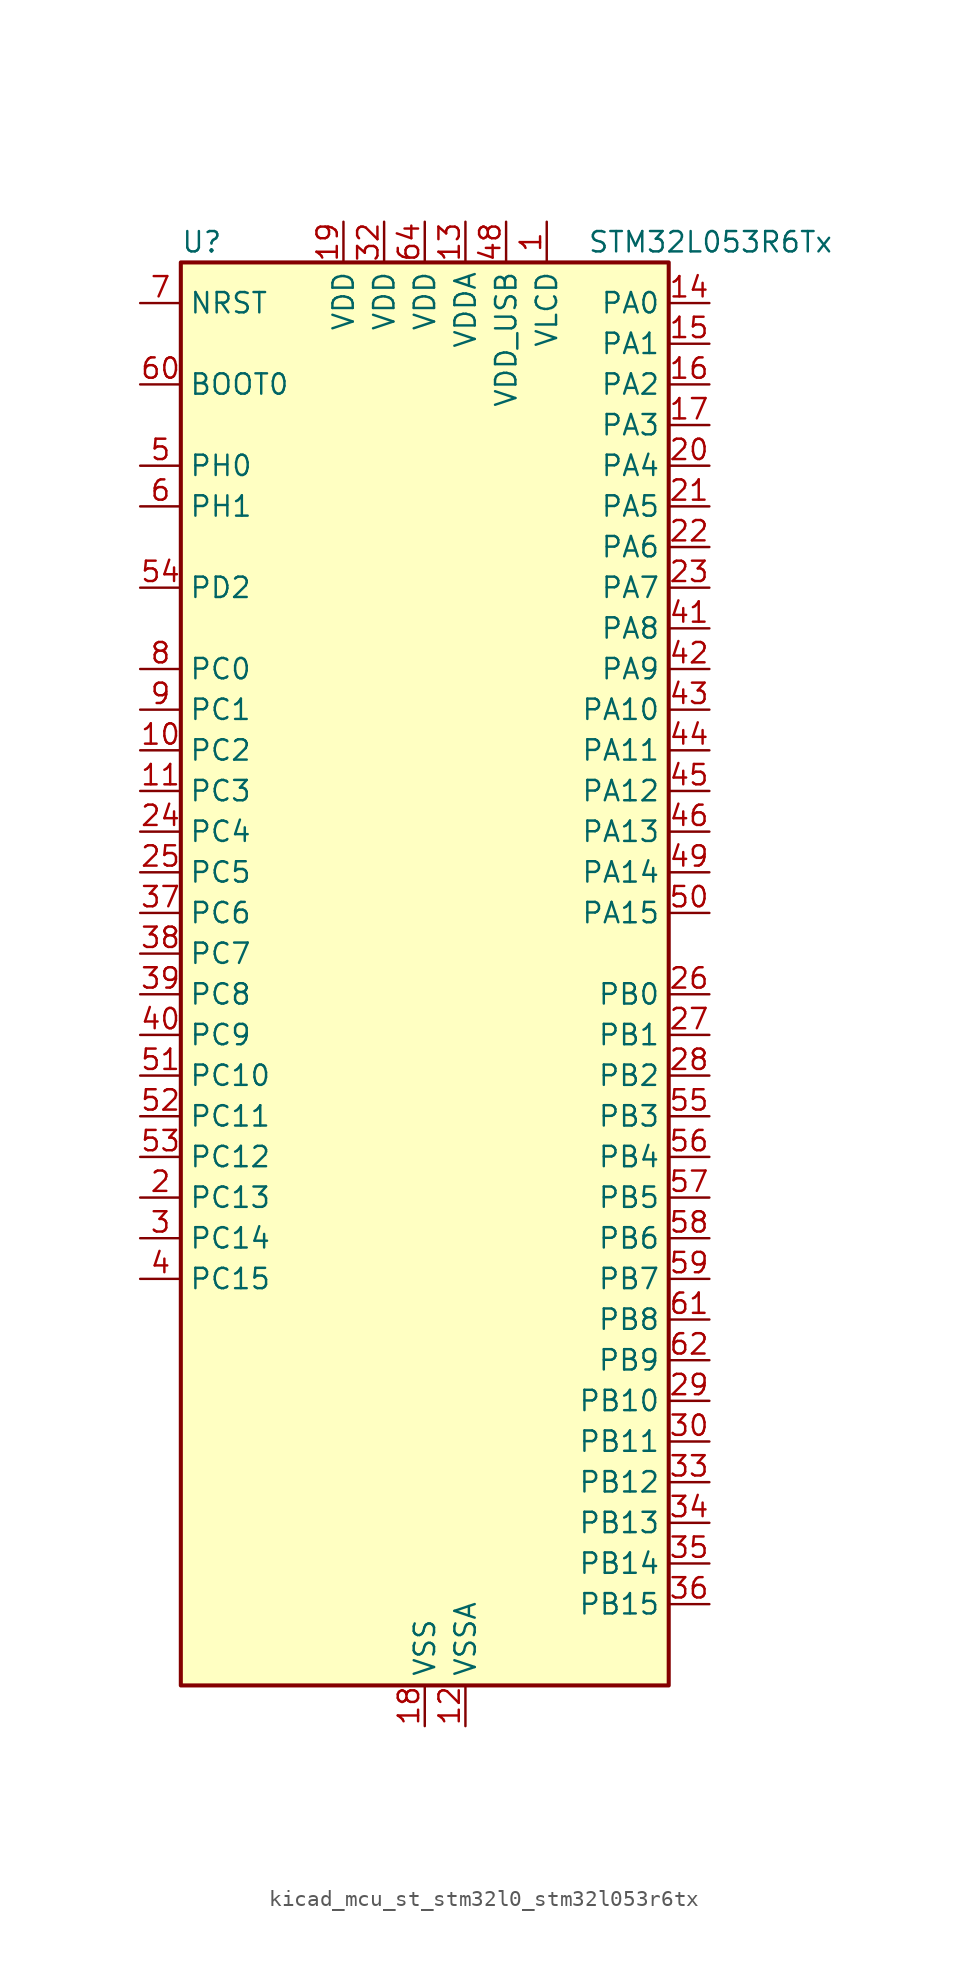
<source format=kicad_sym>
(kicad_symbol_lib
  (version 20220914)
  (generator kicad_symbol_editor)
  (symbol "kicad_mcu_st_stm32l0_stm32l053r6tx"
    (property "Reference" "U"
      (at -15.24 46.99 0)
      (effects (font (size 1.27 1.27)) (justify left)))
    (property "Value" "STM32L053R6Tx"
      (at 10.16 46.99 0)
      (effects (font (size 1.27 1.27)) (justify left)))
    (property "ki_locked" ""
      (at 0 0 0)
      (effects (font (size 1.27 1.27))))
    (symbol "kicad_mcu_st_stm32l0_stm32l053r6tx_0_1"
      (rectangle (start -15.24 -43.18) (end 15.24 45.72) (stroke (width 0.254) (type default)) (fill (type background))))
    (symbol "kicad_mcu_st_stm32l0_stm32l053r6tx_1_1"
      (pin power_in line (at 7.62 48.26 270) (length 2.54) (name "VLCD" (effects (font (size 1.27 1.27)))) (number "1" (effects (font (size 1.27 1.27)))))
      (pin bidirectional line (at -17.78 15.24 0) (length 2.54) (name "PC2" (effects (font (size 1.27 1.27)))) (number "10" (effects (font (size 1.27 1.27)))) (alternate "ADC_IN12" bidirectional line) (alternate "I2S2_MCK" bidirectional line) (alternate "LCD_SEG20" bidirectional line) (alternate "LPTIM1_IN2" bidirectional line) (alternate "SPI2_MISO" bidirectional line) (alternate "TSC_G7_IO3" bidirectional line))
      (pin bidirectional line (at -17.78 12.7 0) (length 2.54) (name "PC3" (effects (font (size 1.27 1.27)))) (number "11" (effects (font (size 1.27 1.27)))) (alternate "ADC_IN13" bidirectional line) (alternate "I2S2_SD" bidirectional line) (alternate "LCD_SEG21" bidirectional line) (alternate "LPTIM1_ETR" bidirectional line) (alternate "SPI2_MOSI" bidirectional line) (alternate "TSC_G7_IO4" bidirectional line))
      (pin power_in line (at 2.54 -45.72 90) (length 2.54) (name "VSSA" (effects (font (size 1.27 1.27)))) (number "12" (effects (font (size 1.27 1.27)))))
      (pin power_in line (at 2.54 48.26 270) (length 2.54) (name "VDDA" (effects (font (size 1.27 1.27)))) (number "13" (effects (font (size 1.27 1.27)))))
      (pin bidirectional line (at 17.78 43.18 180) (length 2.54) (name "PA0" (effects (font (size 1.27 1.27)))) (number "14" (effects (font (size 1.27 1.27)))) (alternate "ADC_IN0" bidirectional line) (alternate "COMP1_INM" bidirectional line) (alternate "COMP1_OUT" bidirectional line) (alternate "RTC_TAMP2" bidirectional line) (alternate "SYS_WKUP1" bidirectional line) (alternate "TIM2_CH1" bidirectional line) (alternate "TIM2_ETR" bidirectional line) (alternate "TSC_G1_IO1" bidirectional line) (alternate "USART2_CTS" bidirectional line))
      (pin bidirectional line (at 17.78 40.64 180) (length 2.54) (name "PA1" (effects (font (size 1.27 1.27)))) (number "15" (effects (font (size 1.27 1.27)))) (alternate "ADC_IN1" bidirectional line) (alternate "COMP1_INP" bidirectional line) (alternate "LCD_SEG0" bidirectional line) (alternate "TIM21_ETR" bidirectional line) (alternate "TIM2_CH2" bidirectional line) (alternate "TSC_G1_IO2" bidirectional line) (alternate "USART2_DE" bidirectional line) (alternate "USART2_RTS" bidirectional line))
      (pin bidirectional line (at 17.78 38.1 180) (length 2.54) (name "PA2" (effects (font (size 1.27 1.27)))) (number "16" (effects (font (size 1.27 1.27)))) (alternate "ADC_IN2" bidirectional line) (alternate "COMP2_INM" bidirectional line) (alternate "COMP2_OUT" bidirectional line) (alternate "LCD_SEG1" bidirectional line) (alternate "TIM21_CH1" bidirectional line) (alternate "TIM2_CH3" bidirectional line) (alternate "TSC_G1_IO3" bidirectional line) (alternate "USART2_TX" bidirectional line))
      (pin bidirectional line (at 17.78 35.56 180) (length 2.54) (name "PA3" (effects (font (size 1.27 1.27)))) (number "17" (effects (font (size 1.27 1.27)))) (alternate "ADC_IN3" bidirectional line) (alternate "COMP2_INP" bidirectional line) (alternate "LCD_SEG2" bidirectional line) (alternate "TIM21_CH2" bidirectional line) (alternate "TIM2_CH4" bidirectional line) (alternate "TSC_G1_IO4" bidirectional line) (alternate "USART2_RX" bidirectional line))
      (pin power_in line (at 0 -45.72 90) (length 2.54) (name "VSS" (effects (font (size 1.27 1.27)))) (number "18" (effects (font (size 1.27 1.27)))))
      (pin power_in line (at -5.08 48.26 270) (length 2.54) (name "VDD" (effects (font (size 1.27 1.27)))) (number "19" (effects (font (size 1.27 1.27)))))
      (pin bidirectional line (at -17.78 -12.7 0) (length 2.54) (name "PC13" (effects (font (size 1.27 1.27)))) (number "2" (effects (font (size 1.27 1.27)))) (alternate "RTC_OUT_ALARM" bidirectional line) (alternate "RTC_OUT_CALIB" bidirectional line) (alternate "RTC_TAMP1" bidirectional line) (alternate "RTC_TS" bidirectional line) (alternate "SYS_WKUP2" bidirectional line))
      (pin bidirectional line (at 17.78 33.02 180) (length 2.54) (name "PA4" (effects (font (size 1.27 1.27)))) (number "20" (effects (font (size 1.27 1.27)))) (alternate "ADC_IN4" bidirectional line) (alternate "COMP1_INM" bidirectional line) (alternate "COMP2_INM" bidirectional line) (alternate "DAC_OUT1" bidirectional line) (alternate "SPI1_NSS" bidirectional line) (alternate "TIM22_ETR" bidirectional line) (alternate "TSC_G2_IO1" bidirectional line) (alternate "USART2_CK" bidirectional line))
      (pin bidirectional line (at 17.78 30.48 180) (length 2.54) (name "PA5" (effects (font (size 1.27 1.27)))) (number "21" (effects (font (size 1.27 1.27)))) (alternate "ADC_IN5" bidirectional line) (alternate "COMP1_INM" bidirectional line) (alternate "COMP2_INM" bidirectional line) (alternate "SPI1_SCK" bidirectional line) (alternate "TIM2_CH1" bidirectional line) (alternate "TIM2_ETR" bidirectional line) (alternate "TSC_G2_IO2" bidirectional line))
      (pin bidirectional line (at 17.78 27.94 180) (length 2.54) (name "PA6" (effects (font (size 1.27 1.27)))) (number "22" (effects (font (size 1.27 1.27)))) (alternate "ADC_IN6" bidirectional line) (alternate "COMP1_OUT" bidirectional line) (alternate "LCD_SEG3" bidirectional line) (alternate "LPUART1_CTS" bidirectional line) (alternate "SPI1_MISO" bidirectional line) (alternate "TIM22_CH1" bidirectional line) (alternate "TSC_G2_IO3" bidirectional line))
      (pin bidirectional line (at 17.78 25.4 180) (length 2.54) (name "PA7" (effects (font (size 1.27 1.27)))) (number "23" (effects (font (size 1.27 1.27)))) (alternate "ADC_IN7" bidirectional line) (alternate "COMP2_OUT" bidirectional line) (alternate "LCD_SEG4" bidirectional line) (alternate "SPI1_MOSI" bidirectional line) (alternate "TIM22_CH2" bidirectional line) (alternate "TSC_G2_IO4" bidirectional line))
      (pin bidirectional line (at -17.78 10.16 0) (length 2.54) (name "PC4" (effects (font (size 1.27 1.27)))) (number "24" (effects (font (size 1.27 1.27)))) (alternate "ADC_IN14" bidirectional line) (alternate "LCD_SEG22" bidirectional line) (alternate "LPUART1_TX" bidirectional line))
      (pin bidirectional line (at -17.78 7.62 0) (length 2.54) (name "PC5" (effects (font (size 1.27 1.27)))) (number "25" (effects (font (size 1.27 1.27)))) (alternate "ADC_IN15" bidirectional line) (alternate "LCD_SEG23" bidirectional line) (alternate "LPUART1_RX" bidirectional line) (alternate "TSC_G3_IO1" bidirectional line))
      (pin bidirectional line (at 17.78 0 180) (length 2.54) (name "PB0" (effects (font (size 1.27 1.27)))) (number "26" (effects (font (size 1.27 1.27)))) (alternate "ADC_IN8" bidirectional line) (alternate "LCD_SEG5" bidirectional line) (alternate "LCD_VLCD3" bidirectional line) (alternate "SYS_VREF_OUT_PB0" bidirectional line) (alternate "TSC_G3_IO2" bidirectional line))
      (pin bidirectional line (at 17.78 -2.54 180) (length 2.54) (name "PB1" (effects (font (size 1.27 1.27)))) (number "27" (effects (font (size 1.27 1.27)))) (alternate "ADC_IN9" bidirectional line) (alternate "LCD_SEG6" bidirectional line) (alternate "LPUART1_DE" bidirectional line) (alternate "LPUART1_RTS" bidirectional line) (alternate "SYS_VREF_OUT_PB1" bidirectional line) (alternate "TSC_G3_IO3" bidirectional line))
      (pin bidirectional line (at 17.78 -5.08 180) (length 2.54) (name "PB2" (effects (font (size 1.27 1.27)))) (number "28" (effects (font (size 1.27 1.27)))) (alternate "LCD_VLCD1" bidirectional line) (alternate "LPTIM1_OUT" bidirectional line) (alternate "TSC_G3_IO4" bidirectional line))
      (pin bidirectional line (at 17.78 -25.4 180) (length 2.54) (name "PB10" (effects (font (size 1.27 1.27)))) (number "29" (effects (font (size 1.27 1.27)))) (alternate "I2C2_SCL" bidirectional line) (alternate "LCD_SEG10" bidirectional line) (alternate "LPUART1_TX" bidirectional line) (alternate "SPI2_SCK" bidirectional line) (alternate "TIM2_CH3" bidirectional line) (alternate "TSC_SYNC" bidirectional line))
      (pin bidirectional line (at -17.78 -15.24 0) (length 2.54) (name "PC14" (effects (font (size 1.27 1.27)))) (number "3" (effects (font (size 1.27 1.27)))) (alternate "RCC_OSC32_IN" bidirectional line))
      (pin bidirectional line (at 17.78 -27.94 180) (length 2.54) (name "PB11" (effects (font (size 1.27 1.27)))) (number "30" (effects (font (size 1.27 1.27)))) (alternate "ADC_EXTI11" bidirectional line) (alternate "I2C2_SDA" bidirectional line) (alternate "LCD_SEG11" bidirectional line) (alternate "LPUART1_RX" bidirectional line) (alternate "TIM2_CH4" bidirectional line) (alternate "TSC_G6_IO1" bidirectional line))
      (pin passive line (at 0 -45.72 90) (length 2.54) hide (name "VSS" (effects (font (size 1.27 1.27)))) (number "31" (effects (font (size 1.27 1.27)))))
      (pin power_in line (at -2.54 48.26 270) (length 2.54) (name "VDD" (effects (font (size 1.27 1.27)))) (number "32" (effects (font (size 1.27 1.27)))))
      (pin bidirectional line (at 17.78 -30.48 180) (length 2.54) (name "PB12" (effects (font (size 1.27 1.27)))) (number "33" (effects (font (size 1.27 1.27)))) (alternate "I2S2_WS" bidirectional line) (alternate "LCD_SEG12" bidirectional line) (alternate "LCD_VLCD2" bidirectional line) (alternate "LPUART1_DE" bidirectional line) (alternate "LPUART1_RTS" bidirectional line) (alternate "SPI2_NSS" bidirectional line) (alternate "TSC_G6_IO2" bidirectional line))
      (pin bidirectional line (at 17.78 -33.02 180) (length 2.54) (name "PB13" (effects (font (size 1.27 1.27)))) (number "34" (effects (font (size 1.27 1.27)))) (alternate "I2C2_SCL" bidirectional line) (alternate "I2S2_CK" bidirectional line) (alternate "LCD_SEG13" bidirectional line) (alternate "LPUART1_CTS" bidirectional line) (alternate "SPI2_SCK" bidirectional line) (alternate "TIM21_CH1" bidirectional line) (alternate "TSC_G6_IO3" bidirectional line))
      (pin bidirectional line (at 17.78 -35.56 180) (length 2.54) (name "PB14" (effects (font (size 1.27 1.27)))) (number "35" (effects (font (size 1.27 1.27)))) (alternate "I2C2_SDA" bidirectional line) (alternate "I2S2_MCK" bidirectional line) (alternate "LCD_SEG14" bidirectional line) (alternate "LPUART1_DE" bidirectional line) (alternate "LPUART1_RTS" bidirectional line) (alternate "RTC_OUT_ALARM" bidirectional line) (alternate "RTC_OUT_CALIB" bidirectional line) (alternate "SPI2_MISO" bidirectional line) (alternate "TIM21_CH2" bidirectional line) (alternate "TSC_G6_IO4" bidirectional line))
      (pin bidirectional line (at 17.78 -38.1 180) (length 2.54) (name "PB15" (effects (font (size 1.27 1.27)))) (number "36" (effects (font (size 1.27 1.27)))) (alternate "I2S2_SD" bidirectional line) (alternate "LCD_SEG15" bidirectional line) (alternate "RTC_REFIN" bidirectional line) (alternate "SPI2_MOSI" bidirectional line))
      (pin bidirectional line (at -17.78 5.08 0) (length 2.54) (name "PC6" (effects (font (size 1.27 1.27)))) (number "37" (effects (font (size 1.27 1.27)))) (alternate "LCD_SEG24" bidirectional line) (alternate "TIM22_CH1" bidirectional line) (alternate "TSC_G8_IO1" bidirectional line))
      (pin bidirectional line (at -17.78 2.54 0) (length 2.54) (name "PC7" (effects (font (size 1.27 1.27)))) (number "38" (effects (font (size 1.27 1.27)))) (alternate "LCD_SEG25" bidirectional line) (alternate "TIM22_CH2" bidirectional line) (alternate "TSC_G8_IO2" bidirectional line))
      (pin bidirectional line (at -17.78 0 0) (length 2.54) (name "PC8" (effects (font (size 1.27 1.27)))) (number "39" (effects (font (size 1.27 1.27)))) (alternate "LCD_SEG26" bidirectional line) (alternate "TIM22_ETR" bidirectional line) (alternate "TSC_G8_IO3" bidirectional line))
      (pin bidirectional line (at -17.78 -17.78 0) (length 2.54) (name "PC15" (effects (font (size 1.27 1.27)))) (number "4" (effects (font (size 1.27 1.27)))) (alternate "RCC_OSC32_OUT" bidirectional line))
      (pin bidirectional line (at -17.78 -2.54 0) (length 2.54) (name "PC9" (effects (font (size 1.27 1.27)))) (number "40" (effects (font (size 1.27 1.27)))) (alternate "DAC_EXTI9" bidirectional line) (alternate "LCD_SEG27" bidirectional line) (alternate "TIM21_ETR" bidirectional line) (alternate "TSC_G8_IO4" bidirectional line) (alternate "USB_NOE" bidirectional line))
      (pin bidirectional line (at 17.78 22.86 180) (length 2.54) (name "PA8" (effects (font (size 1.27 1.27)))) (number "41" (effects (font (size 1.27 1.27)))) (alternate "CRS_SYNC" bidirectional line) (alternate "LCD_COM0" bidirectional line) (alternate "RCC_MCO" bidirectional line) (alternate "USART1_CK" bidirectional line))
      (pin bidirectional line (at 17.78 20.32 180) (length 2.54) (name "PA9" (effects (font (size 1.27 1.27)))) (number "42" (effects (font (size 1.27 1.27)))) (alternate "DAC_EXTI9" bidirectional line) (alternate "LCD_COM1" bidirectional line) (alternate "RCC_MCO" bidirectional line) (alternate "TSC_G4_IO1" bidirectional line) (alternate "USART1_TX" bidirectional line))
      (pin bidirectional line (at 17.78 17.78 180) (length 2.54) (name "PA10" (effects (font (size 1.27 1.27)))) (number "43" (effects (font (size 1.27 1.27)))) (alternate "LCD_COM2" bidirectional line) (alternate "TSC_G4_IO2" bidirectional line) (alternate "USART1_RX" bidirectional line))
      (pin bidirectional line (at 17.78 15.24 180) (length 2.54) (name "PA11" (effects (font (size 1.27 1.27)))) (number "44" (effects (font (size 1.27 1.27)))) (alternate "ADC_EXTI11" bidirectional line) (alternate "COMP1_OUT" bidirectional line) (alternate "SPI1_MISO" bidirectional line) (alternate "TSC_G4_IO3" bidirectional line) (alternate "USART1_CTS" bidirectional line) (alternate "USB_DM" bidirectional line))
      (pin bidirectional line (at 17.78 12.7 180) (length 2.54) (name "PA12" (effects (font (size 1.27 1.27)))) (number "45" (effects (font (size 1.27 1.27)))) (alternate "COMP2_OUT" bidirectional line) (alternate "SPI1_MOSI" bidirectional line) (alternate "TSC_G4_IO4" bidirectional line) (alternate "USART1_DE" bidirectional line) (alternate "USART1_RTS" bidirectional line) (alternate "USB_DP" bidirectional line))
      (pin bidirectional line (at 17.78 10.16 180) (length 2.54) (name "PA13" (effects (font (size 1.27 1.27)))) (number "46" (effects (font (size 1.27 1.27)))) (alternate "SYS_SWDIO" bidirectional line) (alternate "USB_NOE" bidirectional line))
      (pin passive line (at 0 -45.72 90) (length 2.54) hide (name "VSS" (effects (font (size 1.27 1.27)))) (number "47" (effects (font (size 1.27 1.27)))))
      (pin power_in line (at 5.08 48.26 270) (length 2.54) (name "VDD_USB" (effects (font (size 1.27 1.27)))) (number "48" (effects (font (size 1.27 1.27)))))
      (pin bidirectional line (at 17.78 7.62 180) (length 2.54) (name "PA14" (effects (font (size 1.27 1.27)))) (number "49" (effects (font (size 1.27 1.27)))) (alternate "SYS_SWCLK" bidirectional line) (alternate "USART2_TX" bidirectional line))
      (pin bidirectional line (at -17.78 33.02 0) (length 2.54) (name "PH0" (effects (font (size 1.27 1.27)))) (number "5" (effects (font (size 1.27 1.27)))) (alternate "CRS_SYNC" bidirectional line) (alternate "RCC_OSC_IN" bidirectional line))
      (pin bidirectional line (at 17.78 5.08 180) (length 2.54) (name "PA15" (effects (font (size 1.27 1.27)))) (number "50" (effects (font (size 1.27 1.27)))) (alternate "LCD_SEG17" bidirectional line) (alternate "SPI1_NSS" bidirectional line) (alternate "TIM2_CH1" bidirectional line) (alternate "TIM2_ETR" bidirectional line) (alternate "USART2_RX" bidirectional line))
      (pin bidirectional line (at -17.78 -5.08 0) (length 2.54) (name "PC10" (effects (font (size 1.27 1.27)))) (number "51" (effects (font (size 1.27 1.27)))) (alternate "LCD_COM4" bidirectional line) (alternate "LCD_SEG28" bidirectional line) (alternate "LPUART1_TX" bidirectional line))
      (pin bidirectional line (at -17.78 -7.62 0) (length 2.54) (name "PC11" (effects (font (size 1.27 1.27)))) (number "52" (effects (font (size 1.27 1.27)))) (alternate "ADC_EXTI11" bidirectional line) (alternate "LCD_COM5" bidirectional line) (alternate "LCD_SEG29" bidirectional line) (alternate "LPUART1_RX" bidirectional line))
      (pin bidirectional line (at -17.78 -10.16 0) (length 2.54) (name "PC12" (effects (font (size 1.27 1.27)))) (number "53" (effects (font (size 1.27 1.27)))) (alternate "LCD_COM6" bidirectional line) (alternate "LCD_SEG30" bidirectional line))
      (pin bidirectional line (at -17.78 25.4 0) (length 2.54) (name "PD2" (effects (font (size 1.27 1.27)))) (number "54" (effects (font (size 1.27 1.27)))) (alternate "LCD_COM7" bidirectional line) (alternate "LCD_SEG31" bidirectional line) (alternate "LPUART1_DE" bidirectional line) (alternate "LPUART1_RTS" bidirectional line))
      (pin bidirectional line (at 17.78 -7.62 180) (length 2.54) (name "PB3" (effects (font (size 1.27 1.27)))) (number "55" (effects (font (size 1.27 1.27)))) (alternate "COMP2_INM" bidirectional line) (alternate "LCD_SEG7" bidirectional line) (alternate "SPI1_SCK" bidirectional line) (alternate "TIM2_CH2" bidirectional line) (alternate "TSC_G5_IO1" bidirectional line))
      (pin bidirectional line (at 17.78 -10.16 180) (length 2.54) (name "PB4" (effects (font (size 1.27 1.27)))) (number "56" (effects (font (size 1.27 1.27)))) (alternate "COMP2_INP" bidirectional line) (alternate "LCD_SEG8" bidirectional line) (alternate "SPI1_MISO" bidirectional line) (alternate "TIM22_CH1" bidirectional line) (alternate "TSC_G5_IO2" bidirectional line))
      (pin bidirectional line (at 17.78 -12.7 180) (length 2.54) (name "PB5" (effects (font (size 1.27 1.27)))) (number "57" (effects (font (size 1.27 1.27)))) (alternate "COMP2_INP" bidirectional line) (alternate "I2C1_SMBA" bidirectional line) (alternate "LCD_SEG9" bidirectional line) (alternate "LPTIM1_IN1" bidirectional line) (alternate "SPI1_MOSI" bidirectional line) (alternate "TIM22_CH2" bidirectional line))
      (pin bidirectional line (at 17.78 -15.24 180) (length 2.54) (name "PB6" (effects (font (size 1.27 1.27)))) (number "58" (effects (font (size 1.27 1.27)))) (alternate "COMP2_INP" bidirectional line) (alternate "I2C1_SCL" bidirectional line) (alternate "LPTIM1_ETR" bidirectional line) (alternate "TSC_G5_IO3" bidirectional line) (alternate "USART1_TX" bidirectional line))
      (pin bidirectional line (at 17.78 -17.78 180) (length 2.54) (name "PB7" (effects (font (size 1.27 1.27)))) (number "59" (effects (font (size 1.27 1.27)))) (alternate "COMP2_INP" bidirectional line) (alternate "I2C1_SDA" bidirectional line) (alternate "LPTIM1_IN2" bidirectional line) (alternate "SYS_PVD_IN" bidirectional line) (alternate "TSC_G5_IO4" bidirectional line) (alternate "USART1_RX" bidirectional line))
      (pin bidirectional line (at -17.78 30.48 0) (length 2.54) (name "PH1" (effects (font (size 1.27 1.27)))) (number "6" (effects (font (size 1.27 1.27)))) (alternate "RCC_OSC_OUT" bidirectional line))
      (pin input line (at -17.78 38.1 0) (length 2.54) (name "BOOT0" (effects (font (size 1.27 1.27)))) (number "60" (effects (font (size 1.27 1.27)))))
      (pin bidirectional line (at 17.78 -20.32 180) (length 2.54) (name "PB8" (effects (font (size 1.27 1.27)))) (number "61" (effects (font (size 1.27 1.27)))) (alternate "I2C1_SCL" bidirectional line) (alternate "LCD_SEG16" bidirectional line) (alternate "TSC_SYNC" bidirectional line))
      (pin bidirectional line (at 17.78 -22.86 180) (length 2.54) (name "PB9" (effects (font (size 1.27 1.27)))) (number "62" (effects (font (size 1.27 1.27)))) (alternate "DAC_EXTI9" bidirectional line) (alternate "I2C1_SDA" bidirectional line) (alternate "I2S2_WS" bidirectional line) (alternate "LCD_COM3" bidirectional line) (alternate "SPI2_NSS" bidirectional line))
      (pin passive line (at 0 -45.72 90) (length 2.54) hide (name "VSS" (effects (font (size 1.27 1.27)))) (number "63" (effects (font (size 1.27 1.27)))))
      (pin power_in line (at 0 48.26 270) (length 2.54) (name "VDD" (effects (font (size 1.27 1.27)))) (number "64" (effects (font (size 1.27 1.27)))))
      (pin input line (at -17.78 43.18 0) (length 2.54) (name "NRST" (effects (font (size 1.27 1.27)))) (number "7" (effects (font (size 1.27 1.27)))))
      (pin bidirectional line (at -17.78 20.32 0) (length 2.54) (name "PC0" (effects (font (size 1.27 1.27)))) (number "8" (effects (font (size 1.27 1.27)))) (alternate "ADC_IN10" bidirectional line) (alternate "LCD_SEG18" bidirectional line) (alternate "LPTIM1_IN1" bidirectional line) (alternate "TSC_G7_IO1" bidirectional line))
      (pin bidirectional line (at -17.78 17.78 0) (length 2.54) (name "PC1" (effects (font (size 1.27 1.27)))) (number "9" (effects (font (size 1.27 1.27)))) (alternate "ADC_IN11" bidirectional line) (alternate "LCD_SEG19" bidirectional line) (alternate "LPTIM1_OUT" bidirectional line) (alternate "TSC_G7_IO2" bidirectional line)))))
</source>
